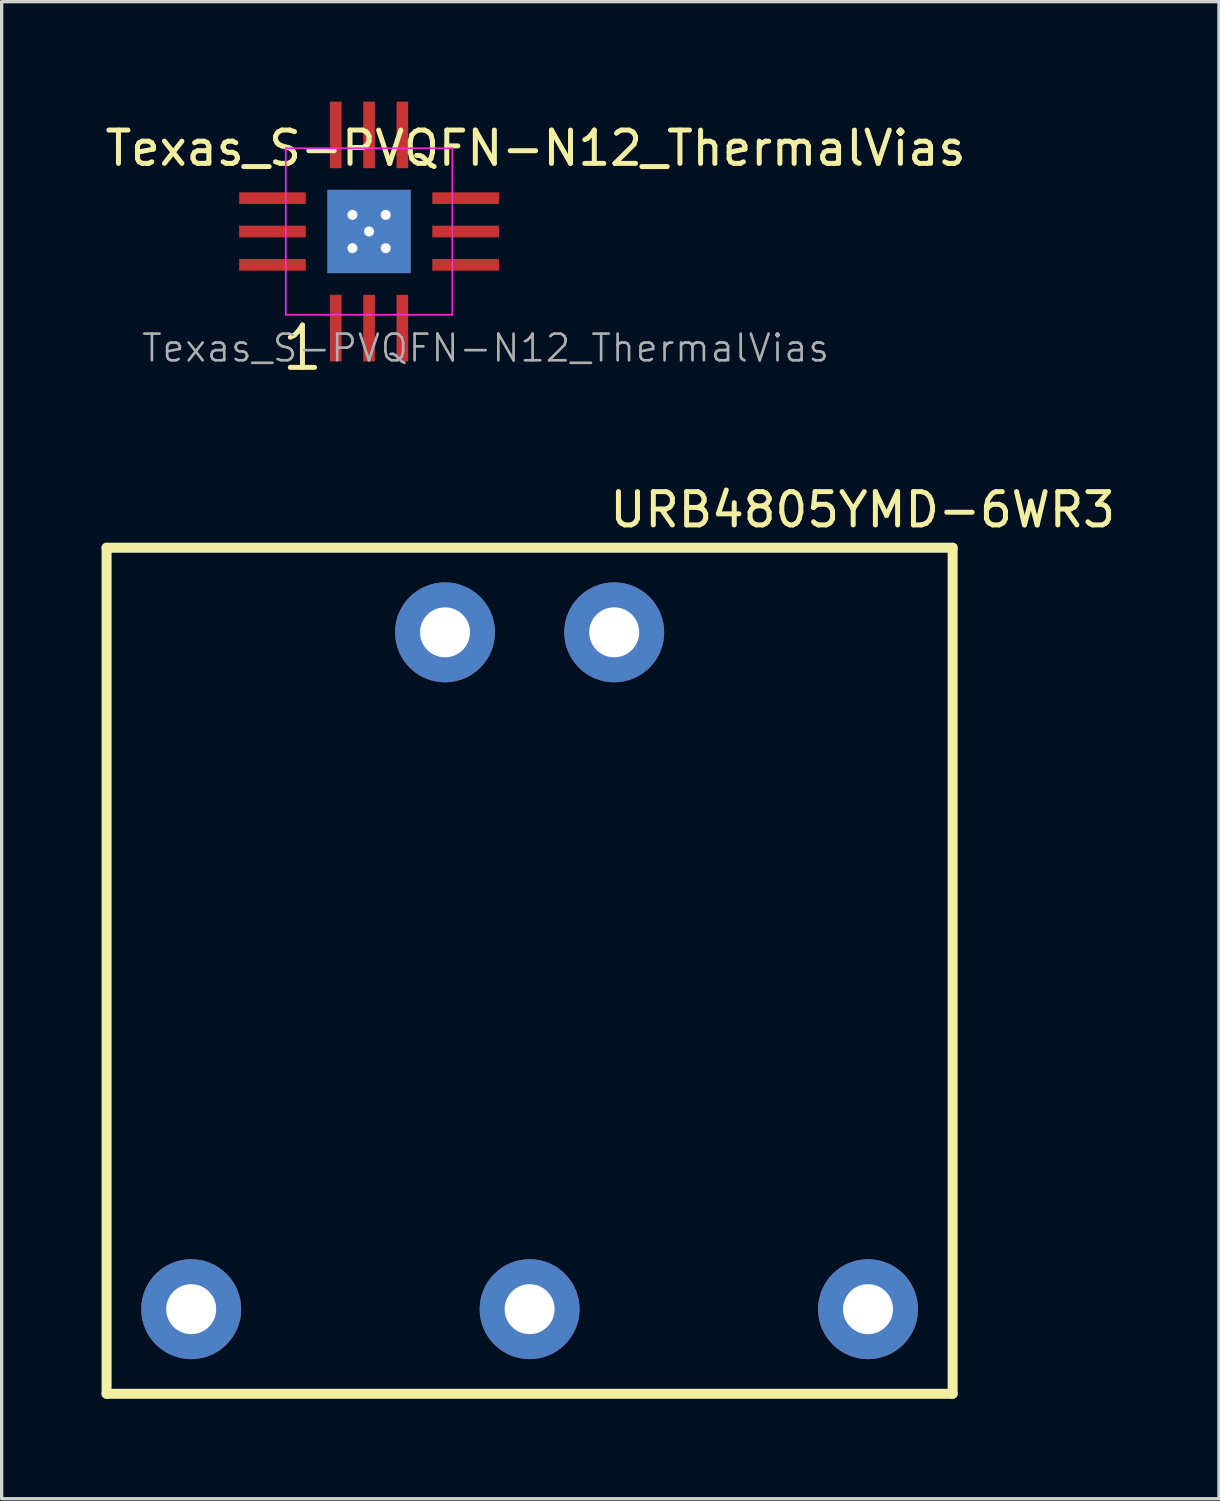
<source format=kicad_pcb>
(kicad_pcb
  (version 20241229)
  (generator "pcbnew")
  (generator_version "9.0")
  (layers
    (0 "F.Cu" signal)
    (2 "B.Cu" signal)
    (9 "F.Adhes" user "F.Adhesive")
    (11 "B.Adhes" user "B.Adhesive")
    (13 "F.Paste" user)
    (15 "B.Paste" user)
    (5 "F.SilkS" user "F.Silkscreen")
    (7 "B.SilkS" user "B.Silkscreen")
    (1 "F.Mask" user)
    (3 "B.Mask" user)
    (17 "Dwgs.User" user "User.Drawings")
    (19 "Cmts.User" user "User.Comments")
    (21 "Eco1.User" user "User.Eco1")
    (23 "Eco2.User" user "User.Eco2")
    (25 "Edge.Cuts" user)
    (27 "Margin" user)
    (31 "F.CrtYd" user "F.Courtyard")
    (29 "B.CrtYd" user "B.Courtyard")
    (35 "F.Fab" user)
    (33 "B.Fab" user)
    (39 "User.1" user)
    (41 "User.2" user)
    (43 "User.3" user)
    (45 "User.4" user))
  (footprint "Texas_S-PVQFN-N12_ThermalVias"
    (layer "F.Cu")
    (at 8.03 3.9)
    (property "Reference" "Texas_S-PVQFN-N12_ThermalVias" (at 5 -2.5 0) (layer "F.SilkS") (effects (font (size 1 1) (thickness 0.15))))
    (attr smd)
    (fp_line (start -2.5 -2.5) (end 2.5 -2.5) (stroke (width 0.05) (type solid)) (layer "F.CrtYd"))
    (fp_line (start -2.5 2.5) (end -2.5 -2.5) (stroke (width 0.05) (type solid)) (layer "F.CrtYd"))
    (fp_line (start 2.5 -2.5) (end 2.5 2.5) (stroke (width 0.05) (type solid)) (layer "F.CrtYd"))
    (fp_line (start 2.5 2.5) (end -2.5 2.5) (stroke (width 0.05) (type solid)) (layer "F.CrtYd"))
    (fp_text user "1" (at -2 3.5 0) (layer "F.SilkS") (effects (font (size 1.27 1.27) (thickness 0.15))))
    (fp_text user "${REFERENCE}" (at 3.5 3.5 0) (layer "F.Fab") (effects (font (size 0.8 0.8) (thickness 0.08))))
    (pad "" smd rect (at -0.56 -0.56 270) (size 0.82 0.82) (layers "F.Paste"))
    (pad "" smd rect (at -0.56 0.56 270) (size 0.82 0.82) (layers "F.Paste"))
    (pad "" smd rect (at 0.56 -0.56 270) (size 0.82 0.82) (layers "F.Paste"))
    (pad "" smd rect (at 0.56 0.56 270) (size 0.82 0.82) (layers "F.Paste"))
    (pad "1" smd rect (at -1 2.9 270) (size 2 0.35) (layers "F.Cu" "F.Mask" "F.Paste"))
    (pad "2" smd rect (at 0 2.9 270) (size 2 0.35) (layers "F.Cu" "F.Mask" "F.Paste"))
    (pad "3" smd rect (at 1 2.9 270) (size 2 0.35) (layers "F.Cu" "F.Mask" "F.Paste"))
    (pad "4" smd rect (at 2.9 1 270) (size 0.35 2) (layers "F.Cu" "F.Mask" "F.Paste"))
    (pad "5" smd rect (at 2.9 0 270) (size 0.35 2) (layers "F.Cu" "F.Mask" "F.Paste"))
    (pad "6" smd rect (at 2.9 -1 270) (size 0.35 2) (layers "F.Cu" "F.Mask" "F.Paste"))
    (pad "7" smd rect (at 1 -2.9 270) (size 2 0.35) (layers "F.Cu" "F.Mask" "F.Paste"))
    (pad "8" smd rect (at 0 -2.9 270) (size 2 0.35) (layers "F.Cu" "F.Mask" "F.Paste"))
    (pad "9" smd rect (at -1 -2.9 270) (size 2 0.35) (layers "F.Cu" "F.Mask" "F.Paste"))
    (pad "10" smd rect (at -2.9 -1 270) (size 0.35 2) (layers "F.Cu" "F.Mask" "F.Paste"))
    (pad "11" smd rect (at -2.9 0 270) (size 0.35 2) (layers "F.Cu" "F.Mask" "F.Paste"))
    (pad "12" smd rect (at -2.9 1 270) (size 0.35 2) (layers "F.Cu" "F.Mask" "F.Paste"))
    (pad "13" thru_hole circle (at -0.5 -0.5 270) (size 0.6 0.6) (drill 0.3) (layers "*.Cu" "*.Mask"))
    (pad "13" thru_hole circle (at -0.5 0.5 270) (size 0.6 0.6) (drill 0.3) (layers "*.Cu" "*.Mask"))
    (pad "13" thru_hole circle (at 0 0 270) (size 0.6 0.6) (drill 0.3) (layers "*.Cu" "*.Mask"))
    (pad "13" smd rect (at 0 0 270) (size 2.5 2.5) (layers "F.Cu" "F.Mask"))
    (pad "13" smd rect (at 0 0 270) (size 2.5 2.5) (layers "B.Cu" "B.Mask"))
    (pad "13" thru_hole circle (at 0.5 -0.5 270) (size 0.6 0.6) (drill 0.3) (layers "*.Cu" "*.Mask"))
    (pad "13" thru_hole circle (at 0.5 0.5 270) (size 0.6 0.6) (drill 0.3) (layers "*.Cu" "*.Mask")))
  (footprint "URB4805YMD-6WR3"
    (layer "F.Cu")
    (at 12.85 36.254)
    (property "Reference" "URB4805YMD-6WR3" (at 10 -24 0) (layer "F.SilkS") (effects (font (size 1 1) (thickness 0.15))))
    (attr through_hole)
    (fp_line (start -12.7 -22.86) (end -12.7 2.54) (stroke (width 0.3) (type solid)) (layer "F.SilkS"))
    (fp_line (start -12.7 2.54) (end 12.7 2.54) (stroke (width 0.3) (type solid)) (layer "F.SilkS"))
    (fp_line (start 12.7 -22.86) (end -12.7 -22.86) (stroke (width 0.3) (type solid)) (layer "F.SilkS"))
    (fp_line (start 12.7 2.54) (end 12.7 -22.86) (stroke (width 0.3) (type solid)) (layer "F.SilkS"))
    (pad "1" thru_hole circle (at 2.54 -20.32) (size 3 3) (drill 1.5) (layers "*.Cu" "*.Mask"))
    (pad "2" thru_hole circle (at -2.54 -20.32) (size 3 3) (drill 1.5) (layers "*.Cu" "*.Mask"))
    (pad "3" thru_hole circle (at -10.16 0) (size 3 3) (drill 1.5) (layers "*.Cu" "*.Mask"))
    (pad "4" thru_hole circle (at 0 0) (size 3 3) (drill 1.5) (layers "*.Cu" "*.Mask"))
    (pad "5" thru_hole circle (at 10.16 0) (size 3 3) (drill 1.5) (layers "*.Cu" "*.Mask")))
  (gr_rect
    (start -3 -3)
    (end 33.546 41.944)
    (stroke (width 0.1) (type default))
    (fill no)
    (layer "Edge.Cuts")))
</source>
